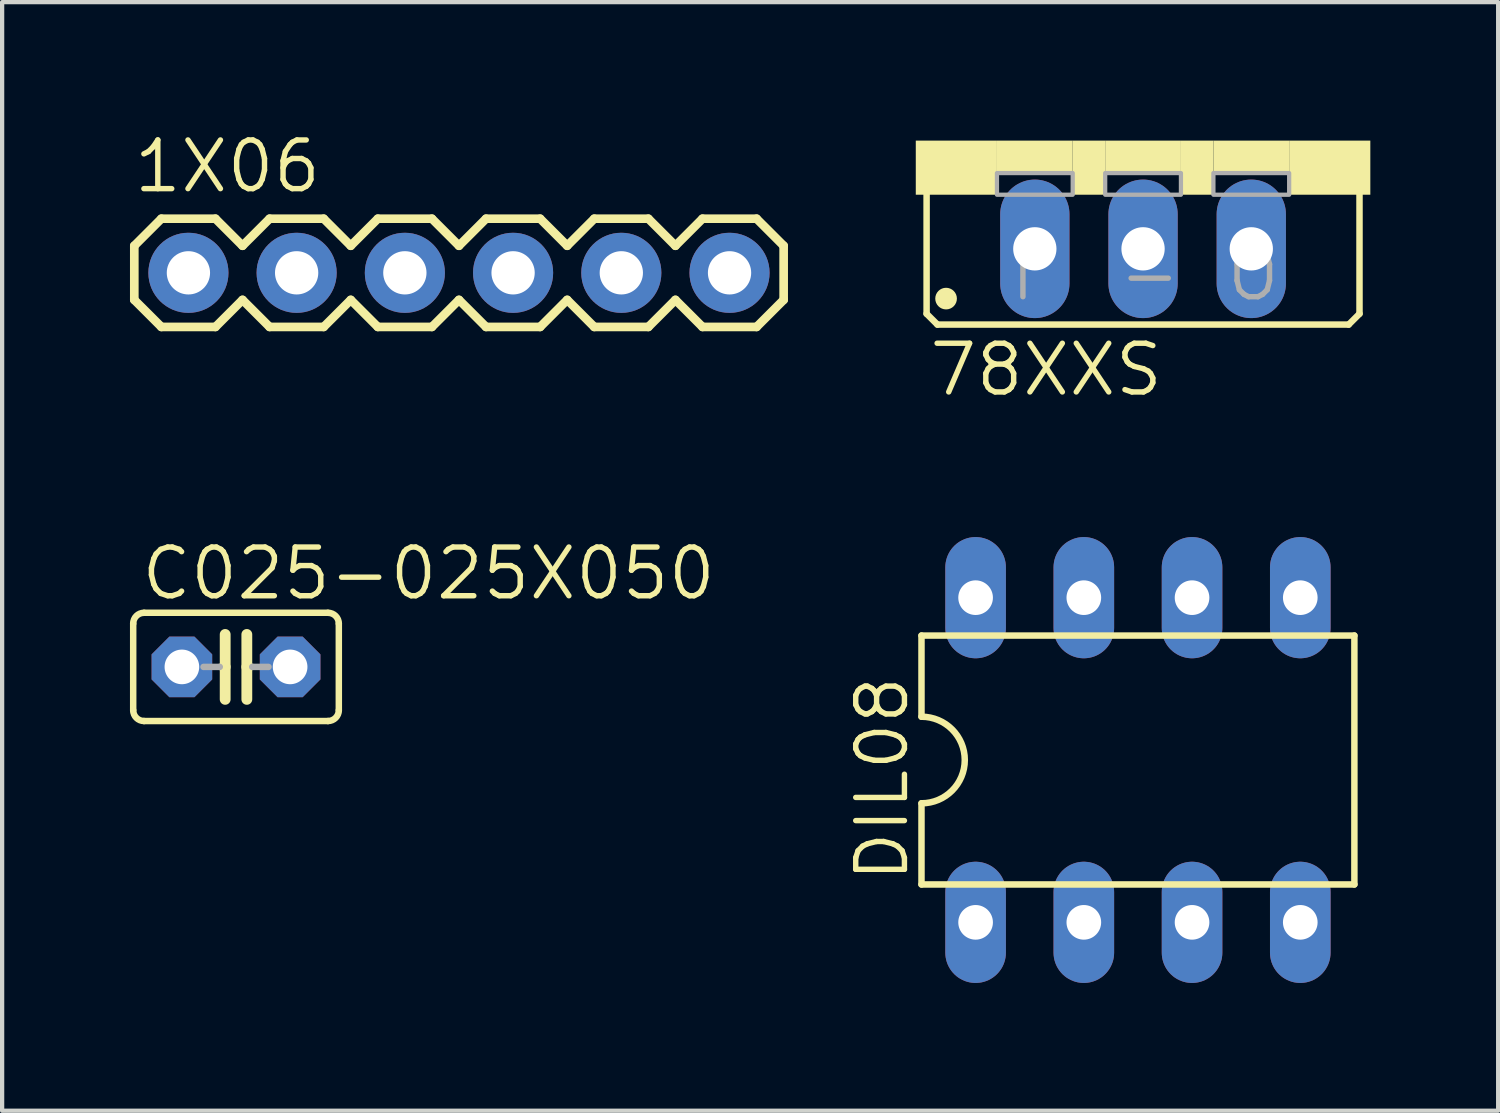
<source format=kicad_pcb>
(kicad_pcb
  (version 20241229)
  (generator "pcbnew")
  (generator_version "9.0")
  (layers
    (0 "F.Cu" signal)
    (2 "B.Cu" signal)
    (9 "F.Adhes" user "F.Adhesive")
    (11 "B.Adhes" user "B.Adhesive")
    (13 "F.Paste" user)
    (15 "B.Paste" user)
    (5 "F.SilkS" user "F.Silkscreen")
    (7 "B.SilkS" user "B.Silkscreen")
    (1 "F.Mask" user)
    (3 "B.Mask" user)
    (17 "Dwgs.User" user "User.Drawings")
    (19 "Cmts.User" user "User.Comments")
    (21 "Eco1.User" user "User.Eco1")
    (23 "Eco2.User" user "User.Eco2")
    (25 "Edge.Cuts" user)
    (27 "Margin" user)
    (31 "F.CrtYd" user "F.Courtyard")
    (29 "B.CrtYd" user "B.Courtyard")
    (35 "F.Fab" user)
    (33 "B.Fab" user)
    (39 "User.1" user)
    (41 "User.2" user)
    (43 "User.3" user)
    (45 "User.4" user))
  (footprint "C025-025X050"
    (layer "F.Cu")
    (at 2.489 12.602)
    (property "Reference" "C025-025X050" (at -2.286 -1.524 0) (layer "F.SilkS") (effects (font (size 1.143 1.143) (thickness 0.127)) (justify left bottom)))
    (fp_line (start -2.413 -1.016) (end -2.413 1.016) (stroke (width 0.152) (type solid)) (layer "F.SilkS"))
    (fp_line (start -2.159 -1.27) (end 2.159 -1.27) (stroke (width 0.152) (type solid)) (layer "F.SilkS"))
    (fp_line (start -0.254 -0.762) (end -0.254 0) (stroke (width 0.254) (type solid)) (layer "F.SilkS"))
    (fp_line (start -0.254 0) (end -0.381 0) (stroke (width 0.152) (type solid)) (layer "F.SilkS"))
    (fp_line (start -0.254 0) (end -0.254 0.762) (stroke (width 0.254) (type solid)) (layer "F.SilkS"))
    (fp_line (start 0.254 0) (end 0.254 -0.762) (stroke (width 0.254) (type solid)) (layer "F.SilkS"))
    (fp_line (start 0.254 0) (end 0.254 0.762) (stroke (width 0.254) (type solid)) (layer "F.SilkS"))
    (fp_line (start 0.381 0) (end 0.254 0) (stroke (width 0.152) (type solid)) (layer "F.SilkS"))
    (fp_line (start 2.159 1.27) (end -2.159 1.27) (stroke (width 0.152) (type solid)) (layer "F.SilkS"))
    (fp_line (start 2.413 -1.016) (end 2.413 1.016) (stroke (width 0.152) (type solid)) (layer "F.SilkS"))
    (fp_arc (start -2.413 -1.016) (mid -2.338605 -1.195605) (end -2.159 -1.27) (stroke (width 0.1524) (type solid)) (layer "F.SilkS"))
    (fp_arc (start -2.159 1.27) (mid -2.338605 1.195605) (end -2.413 1.016) (stroke (width 0.1524) (type solid)) (layer "F.SilkS"))
    (fp_arc (start 2.159 -1.27) (mid 2.338605 -1.195605) (end 2.413 -1.016) (stroke (width 0.1524) (type solid)) (layer "F.SilkS"))
    (fp_arc (start 2.413 1.016) (mid 2.338605 1.195605) (end 2.159 1.27) (stroke (width 0.1524) (type solid)) (layer "F.SilkS"))
    (fp_line (start -0.381 0) (end -0.762 0) (stroke (width 0.152) (type solid)) (layer "F.Fab"))
    (fp_line (start 0.762 0) (end 0.381 0) (stroke (width 0.152) (type solid)) (layer "F.Fab"))
    (pad "1" thru_hole roundrect (at -1.27 0) (size 1.422 1.422) (drill 0.813) (layers "*.Cu" "*.Mask") (roundrect_rratio 0.25) (chamfer_ratio 0.293) (chamfer top_left top_right bottom_left bottom_right))
    (pad "2" thru_hole roundrect (at 1.27 0) (size 1.422 1.422) (drill 0.813) (layers "*.Cu" "*.Mask") (roundrect_rratio 0.25) (chamfer_ratio 0.293) (chamfer top_left top_right bottom_left bottom_right)))
  (footprint "1X06"
    (layer "F.Cu")
    (at 1.372 3.353)
    (property "Reference" "1X06" (at -1.346 -1.829 0) (layer "F.SilkS") (effects (font (size 1.143 1.143) (thickness 0.127)) (justify left bottom)))
    (fp_line (start -1.27 -0.635) (end -1.27 0.635) (stroke (width 0.203) (type solid)) (layer "F.SilkS"))
    (fp_line (start -1.27 0.635) (end -0.635 1.27) (stroke (width 0.203) (type solid)) (layer "F.SilkS"))
    (fp_line (start -0.635 -1.27) (end -1.27 -0.635) (stroke (width 0.203) (type solid)) (layer "F.SilkS"))
    (fp_line (start -0.635 -1.27) (end 0.635 -1.27) (stroke (width 0.203) (type solid)) (layer "F.SilkS"))
    (fp_line (start 0.635 -1.27) (end 1.27 -0.635) (stroke (width 0.203) (type solid)) (layer "F.SilkS"))
    (fp_line (start 0.635 1.27) (end -0.635 1.27) (stroke (width 0.203) (type solid)) (layer "F.SilkS"))
    (fp_line (start 1.27 -0.635) (end 1.905 -1.27) (stroke (width 0.203) (type solid)) (layer "F.SilkS"))
    (fp_line (start 1.27 0.635) (end 0.635 1.27) (stroke (width 0.203) (type solid)) (layer "F.SilkS"))
    (fp_line (start 1.905 -1.27) (end 3.175 -1.27) (stroke (width 0.203) (type solid)) (layer "F.SilkS"))
    (fp_line (start 1.905 1.27) (end 1.27 0.635) (stroke (width 0.203) (type solid)) (layer "F.SilkS"))
    (fp_line (start 3.175 -1.27) (end 3.81 -0.635) (stroke (width 0.203) (type solid)) (layer "F.SilkS"))
    (fp_line (start 3.175 1.27) (end 1.905 1.27) (stroke (width 0.203) (type solid)) (layer "F.SilkS"))
    (fp_line (start 3.81 -0.635) (end 4.445 -1.27) (stroke (width 0.203) (type solid)) (layer "F.SilkS"))
    (fp_line (start 3.81 0.635) (end 3.175 1.27) (stroke (width 0.203) (type solid)) (layer "F.SilkS"))
    (fp_line (start 4.445 -1.27) (end 5.715 -1.27) (stroke (width 0.203) (type solid)) (layer "F.SilkS"))
    (fp_line (start 4.445 1.27) (end 3.81 0.635) (stroke (width 0.203) (type solid)) (layer "F.SilkS"))
    (fp_line (start 5.715 -1.27) (end 6.35 -0.635) (stroke (width 0.203) (type solid)) (layer "F.SilkS"))
    (fp_line (start 5.715 1.27) (end 4.445 1.27) (stroke (width 0.203) (type solid)) (layer "F.SilkS"))
    (fp_line (start 6.35 0.635) (end 5.715 1.27) (stroke (width 0.203) (type solid)) (layer "F.SilkS"))
    (fp_line (start 6.35 0.635) (end 6.985 1.27) (stroke (width 0.203) (type solid)) (layer "F.SilkS"))
    (fp_line (start 6.985 -1.27) (end 6.35 -0.635) (stroke (width 0.203) (type solid)) (layer "F.SilkS"))
    (fp_line (start 6.985 -1.27) (end 8.255 -1.27) (stroke (width 0.203) (type solid)) (layer "F.SilkS"))
    (fp_line (start 8.255 -1.27) (end 8.89 -0.635) (stroke (width 0.203) (type solid)) (layer "F.SilkS"))
    (fp_line (start 8.255 1.27) (end 6.985 1.27) (stroke (width 0.203) (type solid)) (layer "F.SilkS"))
    (fp_line (start 8.89 -0.635) (end 9.525 -1.27) (stroke (width 0.203) (type solid)) (layer "F.SilkS"))
    (fp_line (start 8.89 0.635) (end 8.255 1.27) (stroke (width 0.203) (type solid)) (layer "F.SilkS"))
    (fp_line (start 9.525 -1.27) (end 10.795 -1.27) (stroke (width 0.203) (type solid)) (layer "F.SilkS"))
    (fp_line (start 9.525 1.27) (end 8.89 0.635) (stroke (width 0.203) (type solid)) (layer "F.SilkS"))
    (fp_line (start 10.795 -1.27) (end 11.43 -0.635) (stroke (width 0.203) (type solid)) (layer "F.SilkS"))
    (fp_line (start 10.795 1.27) (end 9.525 1.27) (stroke (width 0.203) (type solid)) (layer "F.SilkS"))
    (fp_line (start 11.43 -0.635) (end 12.065 -1.27) (stroke (width 0.203) (type solid)) (layer "F.SilkS"))
    (fp_line (start 11.43 0.635) (end 10.795 1.27) (stroke (width 0.203) (type solid)) (layer "F.SilkS"))
    (fp_line (start 12.065 -1.27) (end 13.335 -1.27) (stroke (width 0.203) (type solid)) (layer "F.SilkS"))
    (fp_line (start 12.065 1.27) (end 11.43 0.635) (stroke (width 0.203) (type solid)) (layer "F.SilkS"))
    (fp_line (start 13.335 -1.27) (end 13.97 -0.635) (stroke (width 0.203) (type solid)) (layer "F.SilkS"))
    (fp_line (start 13.335 1.27) (end 12.065 1.27) (stroke (width 0.203) (type solid)) (layer "F.SilkS"))
    (fp_line (start 13.97 -0.635) (end 13.97 0.635) (stroke (width 0.203) (type solid)) (layer "F.SilkS"))
    (fp_line (start 13.97 0.635) (end 13.335 1.27) (stroke (width 0.203) (type solid)) (layer "F.SilkS"))
    (fp_poly (pts (xy -0.254 0.254) (xy 0.254 0.254) (xy 0.254 -0.254) (xy -0.254 -0.254)) (stroke (width 0.1) (type default)) (fill no) (layer "F.Fab"))
    (fp_poly (pts (xy 2.286 0.254) (xy 2.794 0.254) (xy 2.794 -0.254) (xy 2.286 -0.254)) (stroke (width 0.1) (type default)) (fill no) (layer "F.Fab"))
    (fp_poly (pts (xy 4.826 0.254) (xy 5.334 0.254) (xy 5.334 -0.254) (xy 4.826 -0.254)) (stroke (width 0.1) (type default)) (fill no) (layer "F.Fab"))
    (fp_poly (pts (xy 7.366 0.254) (xy 7.874 0.254) (xy 7.874 -0.254) (xy 7.366 -0.254)) (stroke (width 0.1) (type default)) (fill no) (layer "F.Fab"))
    (fp_poly (pts (xy 9.906 0.254) (xy 10.414 0.254) (xy 10.414 -0.254) (xy 9.906 -0.254)) (stroke (width 0.1) (type default)) (fill no) (layer "F.Fab"))
    (fp_poly (pts (xy 12.446 0.254) (xy 12.954 0.254) (xy 12.954 -0.254) (xy 12.446 -0.254)) (stroke (width 0.1) (type default)) (fill no) (layer "F.Fab"))
    (pad "1" thru_hole circle (at 0 0 90) (size 1.88 1.88) (drill 1.016) (layers "*.Cu" "*.Mask"))
    (pad "2" thru_hole circle (at 2.54 0 90) (size 1.88 1.88) (drill 1.016) (layers "*.Cu" "*.Mask"))
    (pad "3" thru_hole circle (at 5.08 0 90) (size 1.88 1.88) (drill 1.016) (layers "*.Cu" "*.Mask"))
    (pad "4" thru_hole circle (at 7.62 0 90) (size 1.88 1.88) (drill 1.016) (layers "*.Cu" "*.Mask"))
    (pad "5" thru_hole circle (at 10.16 0 90) (size 1.88 1.88) (drill 1.016) (layers "*.Cu" "*.Mask"))
    (pad "6" thru_hole circle (at 12.7 0 90) (size 1.88 1.88) (drill 1.016) (layers "*.Cu" "*.Mask")))
  (footprint "DIL08"
    (layer "F.Cu")
    (at 23.657 14.787)
    (property "Reference" "DIL08" (at -5.334 2.921 90) (layer "F.SilkS") (effects (font (size 1.143 1.143) (thickness 0.127)) (justify left bottom)))
    (fp_line (start -5.08 -2.921) (end -5.08 -1.016) (stroke (width 0.152) (type solid)) (layer "F.SilkS"))
    (fp_line (start -5.08 2.921) (end -5.08 1.016) (stroke (width 0.152) (type solid)) (layer "F.SilkS"))
    (fp_line (start -5.08 2.921) (end 5.08 2.921) (stroke (width 0.152) (type solid)) (layer "F.SilkS"))
    (fp_line (start 5.08 -2.921) (end -5.08 -2.921) (stroke (width 0.152) (type solid)) (layer "F.SilkS"))
    (fp_line (start 5.08 -2.921) (end 5.08 2.921) (stroke (width 0.152) (type solid)) (layer "F.SilkS"))
    (fp_arc (start -5.08 -1.016) (mid -4.064 0) (end -5.08 1.016) (stroke (width 0.1524) (type solid)) (layer "F.SilkS"))
    (pad "1" thru_hole oval (at -3.81 3.81 90) (size 2.845 1.422) (drill 0.813) (layers "*.Cu" "*.Mask"))
    (pad "2" thru_hole oval (at -1.27 3.81 90) (size 2.845 1.422) (drill 0.813) (layers "*.Cu" "*.Mask"))
    (pad "3" thru_hole oval (at 1.27 3.81 90) (size 2.845 1.422) (drill 0.813) (layers "*.Cu" "*.Mask"))
    (pad "4" thru_hole oval (at 3.81 3.81 90) (size 2.845 1.422) (drill 0.813) (layers "*.Cu" "*.Mask"))
    (pad "5" thru_hole oval (at 3.81 -3.81 90) (size 2.845 1.422) (drill 0.813) (layers "*.Cu" "*.Mask"))
    (pad "6" thru_hole oval (at 1.27 -3.81 90) (size 2.845 1.422) (drill 0.813) (layers "*.Cu" "*.Mask"))
    (pad "7" thru_hole oval (at -1.27 -3.81 90) (size 2.845 1.422) (drill 0.813) (layers "*.Cu" "*.Mask"))
    (pad "8" thru_hole oval (at -3.81 -3.81 90) (size 2.845 1.422) (drill 0.813) (layers "*.Cu" "*.Mask")))
  (footprint "78XXS"
    (layer "F.Cu")
    (at 23.777 0.25)
    (property "Reference" "78XXS" (at -5.08 6.045 0) (layer "F.SilkS") (effects (font (size 1.143 1.143) (thickness 0.127)) (justify left bottom)))
    (fp_line (start -5.08 4.064) (end -5.08 1.143) (stroke (width 0.152) (type solid)) (layer "F.SilkS"))
    (fp_line (start -5.08 4.064) (end -4.826 4.318) (stroke (width 0.152) (type solid)) (layer "F.SilkS"))
    (fp_line (start 4.826 4.318) (end -4.826 4.318) (stroke (width 0.152) (type solid)) (layer "F.SilkS"))
    (fp_line (start 4.826 4.318) (end 5.08 4.064) (stroke (width 0.152) (type solid)) (layer "F.SilkS"))
    (fp_line (start 5.08 1.143) (end 5.08 4.064) (stroke (width 0.152) (type solid)) (layer "F.SilkS"))
    (fp_circle (center -4.623 3.708) (end -4.496 3.708) (stroke (width 0.254) (type solid)) (fill yes) (layer "F.SilkS"))
    (fp_poly (pts (xy -5.334 1.27) (xy -3.429 1.27) (xy -3.429 0) (xy -5.334 0)) (stroke (width 0) (type default)) (fill yes) (layer "F.SilkS"))
    (fp_poly (pts (xy -3.429 0.762) (xy -1.651 0.762) (xy -1.651 0) (xy -3.429 0)) (stroke (width 0) (type default)) (fill yes) (layer "F.SilkS"))
    (fp_poly (pts (xy -1.651 1.27) (xy -0.889 1.27) (xy -0.889 0) (xy -1.651 0)) (stroke (width 0) (type default)) (fill yes) (layer "F.SilkS"))
    (fp_poly (pts (xy -0.889 0.762) (xy 0.889 0.762) (xy 0.889 0) (xy -0.889 0)) (stroke (width 0) (type default)) (fill yes) (layer "F.SilkS"))
    (fp_poly (pts (xy 0.889 1.27) (xy 1.651 1.27) (xy 1.651 0) (xy 0.889 0)) (stroke (width 0) (type default)) (fill yes) (layer "F.SilkS"))
    (fp_poly (pts (xy 1.651 0.762) (xy 3.429 0.762) (xy 3.429 0) (xy 1.651 0)) (stroke (width 0) (type default)) (fill yes) (layer "F.SilkS"))
    (fp_poly (pts (xy 3.429 1.27) (xy 5.334 1.27) (xy 5.334 0) (xy 3.429 0)) (stroke (width 0) (type default)) (fill yes) (layer "F.SilkS"))
    (fp_poly (pts (xy -3.429 1.27) (xy -1.651 1.27) (xy -1.651 0.762) (xy -3.429 0.762)) (stroke (width 0.1) (type default)) (fill no) (layer "F.Fab"))
    (fp_poly (pts (xy -0.889 1.27) (xy 0.889 1.27) (xy 0.889 0.762) (xy -0.889 0.762)) (stroke (width 0.1) (type default)) (fill no) (layer "F.Fab"))
    (fp_poly (pts (xy 1.651 1.27) (xy 3.429 1.27) (xy 3.429 0.762) (xy 1.651 0.762)) (stroke (width 0.1) (type default)) (fill no) (layer "F.Fab"))
    (fp_text user "-" (at -0.635 3.81 0) (layer "F.Fab") (effects (font (size 1.143 1.143) (thickness 0.127)) (justify left bottom)))
    (fp_text user "O" (at 1.905 3.81 0) (layer "F.Fab") (effects (font (size 1.143 1.143) (thickness 0.127)) (justify left bottom)))
    (fp_text user "I" (at -3.175 3.81 0) (layer "F.Fab") (effects (font (size 1.143 1.143) (thickness 0.127)) (justify left bottom)))
    (pad "GND" thru_hole oval (at 0 2.54 90) (size 3.251 1.626) (drill 1.016) (layers "*.Cu" "*.Mask"))
    (pad "IN" thru_hole oval (at -2.54 2.54 90) (size 3.251 1.626) (drill 1.016) (layers "*.Cu" "*.Mask"))
    (pad "OUT" thru_hole oval (at 2.54 2.54 90) (size 3.251 1.626) (drill 1.016) (layers "*.Cu" "*.Mask")))
  (gr_rect
    (start -3 -3)
    (end 32.111 23.019)
    (stroke (width 0.1) (type default))
    (fill no)
    (layer "Edge.Cuts")))
</source>
